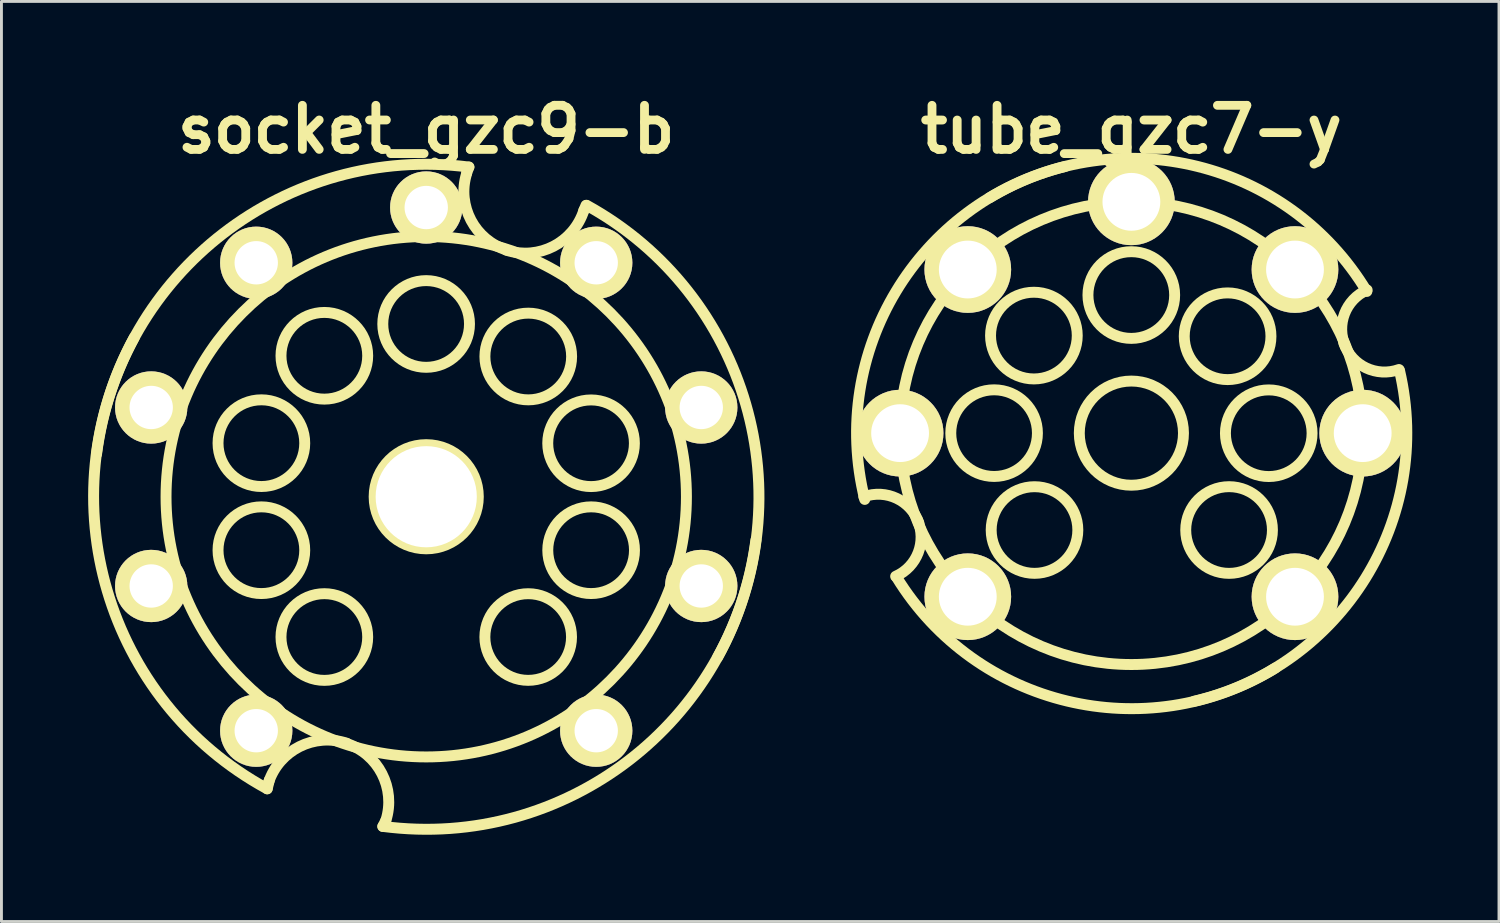
<source format=kicad_pcb>
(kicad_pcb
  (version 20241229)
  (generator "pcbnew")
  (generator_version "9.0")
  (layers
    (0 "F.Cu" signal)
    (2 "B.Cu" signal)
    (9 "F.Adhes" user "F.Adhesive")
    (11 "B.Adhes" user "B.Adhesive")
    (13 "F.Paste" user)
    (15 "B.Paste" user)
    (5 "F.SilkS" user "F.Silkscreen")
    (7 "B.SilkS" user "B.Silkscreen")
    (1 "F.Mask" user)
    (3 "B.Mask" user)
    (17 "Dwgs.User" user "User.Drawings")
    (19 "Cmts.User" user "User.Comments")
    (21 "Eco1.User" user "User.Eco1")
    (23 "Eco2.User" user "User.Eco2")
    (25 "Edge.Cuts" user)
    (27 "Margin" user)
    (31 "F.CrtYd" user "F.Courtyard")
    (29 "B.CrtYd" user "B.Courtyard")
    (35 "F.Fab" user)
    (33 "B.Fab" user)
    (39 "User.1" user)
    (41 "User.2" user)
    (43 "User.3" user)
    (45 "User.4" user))
  (footprint "socket_gzc9-b"
    (layer "F.Cu")
    (at 11.688 14.126)
    (property "Reference" "socket_gzc9-b" (at 0 -12.7 0) (layer "F.SilkS") (effects (font (size 1.524 1.524) (thickness 0.305))))
    (attr through_hole)
    (fp_line (start -5.499 10.099) (end -5.425 9.799) (stroke (width 0.378) (type solid)) (layer "F.SilkS"))
    (fp_line (start -1.501 11.4) (end -1.4 11.199) (stroke (width 0.378) (type solid)) (layer "F.SilkS"))
    (fp_line (start 1.476 -11.4) (end 1.4 -11.199) (stroke (width 0.378) (type solid)) (layer "F.SilkS"))
    (fp_line (start 5.524 -10.076) (end 5.451 -9.901) (stroke (width 0.378) (type solid)) (layer "F.SilkS"))
    (fp_arc (start -11.39952 -1.47574) (mid -7.017172 -9.104184) (end 1.47574 -11.39952) (stroke (width 0.37846) (type solid)) (layer "F.SilkS"))
    (fp_arc (start -5.4991 10.09904) (mid -11.029551 3.252649) (end -10.09904 -5.4991) (stroke (width 0.37846) (type solid)) (layer "F.SilkS"))
    (fp_arc (start -5.45084 9.87552) (mid -4.379419 8.640161) (end -2.74828 8.52424) (stroke (width 0.37846) (type solid)) (layer "F.SilkS"))
    (fp_arc (start -2.77622 8.52424) (mid -1.532678 9.575904) (end -1.397 11.19886) (stroke (width 0.37846) (type solid)) (layer "F.SilkS"))
    (fp_arc (start 2.79908 -8.52424) (mid 1.548843 -9.55974) (end 1.397 -11.176) (stroke (width 0.37846) (type solid)) (layer "F.SilkS"))
    (fp_arc (start 5.45084 -9.90092) (mid 4.39738 -8.658122) (end 2.77368 -8.52424) (stroke (width 0.37846) (type solid)) (layer "F.SilkS"))
    (fp_arc (start 5.5499 -10.07618) (mid 11.049307 -3.200563) (end 10.07618 5.5499) (stroke (width 0.37846) (type solid)) (layer "F.SilkS"))
    (fp_arc (start 11.39952 1.50114) (mid 6.999212 9.122144) (end -1.50114 11.39952) (stroke (width 0.37846) (type solid)) (layer "F.SilkS"))
    (fp_circle (center -5.7 -1.852) (end -4.201 -1.852) (stroke (width 0.378) (type solid)) (fill no) (layer "F.SilkS"))
    (fp_circle (center -5.7 1.849) (end -4.201 1.849) (stroke (width 0.378) (type solid)) (fill no) (layer "F.SilkS"))
    (fp_circle (center -3.523 -4.874) (end -2.024 -4.874) (stroke (width 0.378) (type solid)) (fill no) (layer "F.SilkS"))
    (fp_circle (center -3.523 4.851) (end -2.024 4.851) (stroke (width 0.378) (type solid)) (fill no) (layer "F.SilkS"))
    (fp_circle (center -0.003 -5.974) (end 1.496 -5.974) (stroke (width 0.378) (type solid)) (fill no) (layer "F.SilkS"))
    (fp_circle (center 0 0) (end 1.801 0) (stroke (width 0.378) (type solid)) (fill no) (layer "F.SilkS"))
    (fp_circle (center 0 0) (end 8.997 0) (stroke (width 0.378) (type solid)) (fill no) (layer "F.SilkS"))
    (fp_circle (center 3.526 4.851) (end 5.024 4.851) (stroke (width 0.378) (type solid)) (fill no) (layer "F.SilkS"))
    (fp_circle (center 3.528 -4.849) (end 5.027 -4.849) (stroke (width 0.378) (type solid)) (fill no) (layer "F.SilkS"))
    (fp_circle (center 5.7 -1.849) (end 7.198 -1.849) (stroke (width 0.378) (type solid)) (fill no) (layer "F.SilkS"))
    (fp_circle (center 5.702 1.849) (end 7.201 1.849) (stroke (width 0.378) (type solid)) (fill no) (layer "F.SilkS"))
    (pad "" np_thru_hole circle (at 0 0) (size 3.498 3.498) (drill 3.498) (layers "*.Cu" "*.Mask" "F.SilkS"))
    (pad "1" thru_hole circle (at 5.878 8.09) (size 2.499 2.499) (drill 1.499) (layers "*.Cu" "*.Mask" "F.SilkS"))
    (pad "2" thru_hole circle (at 9.51 3.086) (size 2.499 2.499) (drill 1.499) (layers "*.Cu" "*.Mask" "F.SilkS"))
    (pad "3" thru_hole circle (at 9.51 -3.086) (size 2.499 2.499) (drill 1.499) (layers "*.Cu" "*.Mask" "F.SilkS"))
    (pad "4" thru_hole circle (at 5.878 -8.09) (size 2.499 2.499) (drill 1.499) (layers "*.Cu" "*.Mask" "F.SilkS"))
    (pad "5" thru_hole circle (at 0 -10) (size 2.499 2.499) (drill 1.499) (layers "*.Cu" "*.Mask" "F.SilkS"))
    (pad "6" thru_hole circle (at -5.878 -8.09) (size 2.499 2.499) (drill 1.499) (layers "*.Cu" "*.Mask" "F.SilkS"))
    (pad "7" thru_hole circle (at -9.51 -3.086) (size 2.499 2.499) (drill 1.499) (layers "*.Cu" "*.Mask" "F.SilkS"))
    (pad "8" thru_hole circle (at -9.51 3.086) (size 2.499 2.499) (drill 1.499) (layers "*.Cu" "*.Mask" "F.SilkS"))
    (pad "9" thru_hole circle (at -5.878 8.09) (size 2.499 2.499) (drill 1.499) (layers "*.Cu" "*.Mask" "F.SilkS")))
  (footprint "tube_gzc7-y"
    (layer "F.Cu")
    (at 36.071 11.927)
    (property "Reference" "tube_gzc7-y" (at 0 -10.5 0) (layer "F.SilkS") (effects (font (size 1.524 1.524) (thickness 0.305))))
    (attr through_hole)
    (fp_arc (start -9.25068 2.19964) (mid -8.114498 2.255734) (end -7.35076 3.0988) (stroke (width 0.37846) (type solid)) (layer "F.SilkS"))
    (fp_arc (start -9.2202 2.29108) (mid -8.139704 -4.899628) (end -2.29108 -9.2202) (stroke (width 0.37846) (type solid)) (layer "F.SilkS"))
    (fp_arc (start -7.39902 2.99974) (mid -7.370933 4.130811) (end -8.15086 4.95046) (stroke (width 0.37846) (type solid)) (layer "F.SilkS"))
    (fp_arc (start -4.89966 -8.1407) (mid 2.291761 -9.220927) (end 8.1407 -4.89966) (stroke (width 0.37846) (type solid)) (layer "F.SilkS"))
    (fp_arc (start 4.98094 8.12038) (mid -2.219919 9.264032) (end -8.12038 4.98094) (stroke (width 0.37846) (type solid)) (layer "F.SilkS"))
    (fp_arc (start 7.39902 -2.99974) (mid 7.370933 -4.130811) (end 8.15086 -4.95046) (stroke (width 0.37846) (type solid)) (layer "F.SilkS"))
    (fp_arc (start 9.25068 -2.19964) (mid 8.114498 -2.255734) (end 7.35076 -3.0988) (stroke (width 0.37846) (type solid)) (layer "F.SilkS"))
    (fp_arc (start 9.271 -2.16916) (mid 8.089415 5.021759) (end 2.16916 9.271) (stroke (width 0.37846) (type solid)) (layer "F.SilkS"))
    (fp_circle (center -4.747 0) (end -3.249 0) (stroke (width 0.378) (type solid)) (fill no) (layer "F.SilkS"))
    (fp_circle (center -3.371 -3.373) (end -1.872 -3.373) (stroke (width 0.378) (type solid)) (fill no) (layer "F.SilkS"))
    (fp_circle (center -3.35 3.35) (end -1.852 3.35) (stroke (width 0.378) (type solid)) (fill no) (layer "F.SilkS"))
    (fp_circle (center -0.003 -4.775) (end 1.496 -4.775) (stroke (width 0.378) (type solid)) (fill no) (layer "F.SilkS"))
    (fp_circle (center 0 0) (end 1.801 0) (stroke (width 0.378) (type solid)) (fill no) (layer "F.SilkS"))
    (fp_circle (center 0 0) (end 8.001 0) (stroke (width 0.378) (type solid)) (fill no) (layer "F.SilkS"))
    (fp_circle (center 3.327 -3.35) (end 4.826 -3.35) (stroke (width 0.378) (type solid)) (fill no) (layer "F.SilkS"))
    (fp_circle (center 3.378 3.35) (end 4.877 3.35) (stroke (width 0.378) (type solid)) (fill no) (layer "F.SilkS"))
    (fp_circle (center 4.75 0.003) (end 6.248 0.003) (stroke (width 0.378) (type solid)) (fill no) (layer "F.SilkS"))
    (pad "1" thru_hole circle (at 5.657 5.657) (size 2.997 2.997) (drill 1.999) (layers "*.Cu" "*.Mask" "F.SilkS"))
    (pad "2" thru_hole circle (at 7.998 0) (size 2.997 2.997) (drill 1.999) (layers "*.Cu" "*.Mask" "F.SilkS"))
    (pad "3" thru_hole circle (at 5.657 -5.657) (size 2.997 2.997) (drill 1.999) (layers "*.Cu" "*.Mask" "F.SilkS"))
    (pad "4" thru_hole circle (at 0 -7.998) (size 2.997 2.997) (drill 1.999) (layers "*.Cu" "*.Mask" "F.SilkS"))
    (pad "5" thru_hole circle (at -5.657 -5.657) (size 2.997 2.997) (drill 1.999) (layers "*.Cu" "*.Mask" "F.SilkS"))
    (pad "6" thru_hole circle (at -7.998 0) (size 2.997 2.997) (drill 1.999) (layers "*.Cu" "*.Mask" "F.SilkS"))
    (pad "7" thru_hole circle (at -5.657 5.657) (size 2.997 2.997) (drill 1.999) (layers "*.Cu" "*.Mask" "F.SilkS")))
  (gr_rect
    (start -3 -3)
    (end 48.782 28.814)
    (stroke (width 0.1) (type default))
    (fill no)
    (layer "Edge.Cuts")))
</source>
